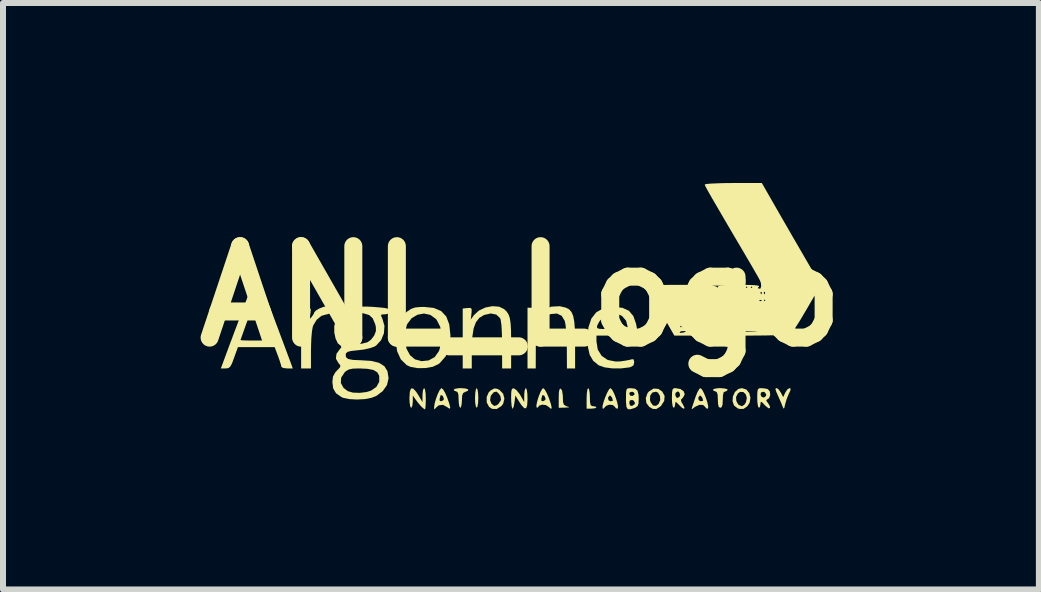
<source format=kicad_pcb>
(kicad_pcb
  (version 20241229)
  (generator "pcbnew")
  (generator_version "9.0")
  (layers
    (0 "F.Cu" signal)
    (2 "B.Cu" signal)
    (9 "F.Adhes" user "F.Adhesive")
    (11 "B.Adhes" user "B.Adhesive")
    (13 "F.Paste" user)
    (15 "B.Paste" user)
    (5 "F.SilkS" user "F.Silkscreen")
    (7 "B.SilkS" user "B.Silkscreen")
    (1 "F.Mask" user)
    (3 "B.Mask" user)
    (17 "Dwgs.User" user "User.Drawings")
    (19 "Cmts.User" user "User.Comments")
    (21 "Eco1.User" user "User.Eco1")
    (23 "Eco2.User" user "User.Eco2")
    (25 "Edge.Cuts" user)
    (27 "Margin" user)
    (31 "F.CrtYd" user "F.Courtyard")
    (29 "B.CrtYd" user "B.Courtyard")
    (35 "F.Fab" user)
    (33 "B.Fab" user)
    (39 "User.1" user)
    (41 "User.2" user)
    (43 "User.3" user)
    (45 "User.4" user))
  (footprint "ANL_Logo"
    (layer "F.Cu")
    (at 5.632 1.887)
    (property "Reference" "ANL_Logo" (at 0 0 0) (layer "F.SilkS") (effects (font (size 1.524 1.524) (thickness 0.3))))
    (attr board_only exclude_from_pos_files exclude_from_bom)
    (fp_poly (pts (xy -0.724 1.556) (xy -0.714 1.621) (xy -0.711 1.695) (xy -0.715 1.783) (xy -0.726 1.842) (xy -0.738 1.859) (xy -0.753 1.834) (xy -0.763 1.769) (xy -0.766 1.695) (xy -0.761 1.608) (xy -0.751 1.549) (xy -0.738 1.531)) (stroke (width 0) (type solid)) (fill yes) (layer "F.SilkS"))
    (fp_poly (pts (xy 0.685 1.572) (xy 0.697 1.65) (xy 0.698 1.683) (xy 0.701 1.765) (xy 0.716 1.808) (xy 0.749 1.83) (xy 0.766 1.835) (xy 0.802 1.847) (xy 0.792 1.853) (xy 0.731 1.856) (xy 0.629 1.859) (xy 0.629 1.693) (xy 0.632 1.596) (xy 0.644 1.547) (xy 0.663 1.538)) (stroke (width 0) (type solid)) (fill yes) (layer "F.SilkS"))
    (fp_poly (pts (xy 1.136 1.556) (xy 1.146 1.62) (xy 1.148 1.681) (xy 1.151 1.768) (xy 1.161 1.814) (xy 1.184 1.83) (xy 1.203 1.832) (xy 1.247 1.84) (xy 1.258 1.852) (xy 1.234 1.867) (xy 1.177 1.873) (xy 1.176 1.873) (xy 1.094 1.873) (xy 1.094 1.702) (xy 1.098 1.612) (xy 1.108 1.55) (xy 1.121 1.531)) (stroke (width 0) (type solid)) (fill yes) (layer "F.SilkS"))
    (fp_poly (pts (xy -0.919 1.538) (xy -0.879 1.554) (xy -0.883 1.575) (xy -0.93 1.594) (xy -0.964 1.613) (xy -0.981 1.658) (xy -0.984 1.734) (xy -0.99 1.808) (xy -1.003 1.853) (xy -1.012 1.859) (xy -1.027 1.835) (xy -1.037 1.772) (xy -1.039 1.722) (xy -1.043 1.637) (xy -1.059 1.595) (xy -1.08 1.586) (xy -1.116 1.571) (xy -1.121 1.558) (xy -1.097 1.542) (xy -1.035 1.532) (xy -0.998 1.531)) (stroke (width 0) (type solid)) (fill yes) (layer "F.SilkS"))
    (fp_poly (pts (xy 3.395 1.537) (xy 3.439 1.55) (xy 3.445 1.558) (xy 3.423 1.583) (xy 3.404 1.586) (xy 3.378 1.6) (xy 3.366 1.651) (xy 3.363 1.722) (xy 3.359 1.808) (xy 3.343 1.85) (xy 3.322 1.859) (xy 3.296 1.845) (xy 3.284 1.794) (xy 3.281 1.722) (xy 3.277 1.637) (xy 3.261 1.595) (xy 3.24 1.586) (xy 3.204 1.571) (xy 3.199 1.558) (xy 3.223 1.542) (xy 3.285 1.532) (xy 3.322 1.531)) (stroke (width 0) (type solid)) (fill yes) (layer "F.SilkS"))
    (fp_poly (pts (xy 4.495 1.541) (xy 4.487 1.578) (xy 4.466 1.62) (xy 4.428 1.712) (xy 4.401 1.805) (xy 4.388 1.863) (xy 4.376 1.872) (xy 4.363 1.846) (xy 4.34 1.787) (xy 4.305 1.706) (xy 4.291 1.674) (xy 4.255 1.594) (xy 4.241 1.551) (xy 4.246 1.534) (xy 4.264 1.531) (xy 4.294 1.553) (xy 4.33 1.605) (xy 4.33 1.606) (xy 4.37 1.681) (xy 4.404 1.606) (xy 4.439 1.553) (xy 4.475 1.531)) (stroke (width 0) (type solid)) (fill yes) (layer "F.SilkS"))
    (fp_poly (pts (xy -1.599 1.556) (xy -1.589 1.623) (xy -1.586 1.709) (xy -1.588 1.799) (xy -1.593 1.863) (xy -1.599 1.887) (xy -1.627 1.869) (xy -1.661 1.838) (xy -1.713 1.778) (xy -1.755 1.722) (xy -1.802 1.654) (xy -1.803 1.757) (xy -1.81 1.823) (xy -1.827 1.858) (xy -1.832 1.859) (xy -1.846 1.834) (xy -1.856 1.769) (xy -1.859 1.695) (xy -1.852 1.59) (xy -1.832 1.537) (xy -1.797 1.538) (xy -1.748 1.59) (xy -1.711 1.647) (xy -1.641 1.764) (xy -1.641 1.647) (xy -1.635 1.576) (xy -1.62 1.535) (xy -1.613 1.531)) (stroke (width 0) (type solid)) (fill yes) (layer "F.SilkS"))
    (fp_poly (pts (xy 0.096 1.556) (xy 0.106 1.623) (xy 0.109 1.708) (xy 0.104 1.813) (xy 0.086 1.866) (xy 0.055 1.865) (xy 0.007 1.814) (xy -0.032 1.754) (xy -0.094 1.654) (xy -0.109 1.773) (xy -0.121 1.84) (xy -0.137 1.872) (xy -0.144 1.871) (xy -0.155 1.834) (xy -0.162 1.761) (xy -0.164 1.689) (xy -0.162 1.598) (xy -0.153 1.551) (xy -0.134 1.535) (xy -0.117 1.536) (xy -0.076 1.564) (xy -0.027 1.624) (xy -0.008 1.654) (xy 0.054 1.764) (xy 0.054 1.647) (xy 0.06 1.576) (xy 0.075 1.535) (xy 0.082 1.531)) (stroke (width 0) (type solid)) (fill yes) (layer "F.SilkS"))
    (fp_poly (pts (xy 2.29 1.544) (xy 2.354 1.588) (xy 2.394 1.662) (xy 2.386 1.746) (xy 2.334 1.826) (xy 2.32 1.839) (xy 2.255 1.88) (xy 2.196 1.877) (xy 2.139 1.844) (xy 2.09 1.78) (xy 2.084 1.73) (xy 2.15 1.73) (xy 2.159 1.762) (xy 2.199 1.82) (xy 2.251 1.827) (xy 2.295 1.793) (xy 2.321 1.73) (xy 2.316 1.662) (xy 2.285 1.608) (xy 2.251 1.591) (xy 2.19 1.604) (xy 2.154 1.655) (xy 2.15 1.73) (xy 2.084 1.73) (xy 2.08 1.697) (xy 2.109 1.615) (xy 2.133 1.586) (xy 2.21 1.538)) (stroke (width 0) (type solid)) (fill yes) (layer "F.SilkS"))
    (fp_poly (pts (xy -0.399 1.541) (xy -0.359 1.561) (xy -0.298 1.623) (xy -0.276 1.705) (xy -0.296 1.79) (xy -0.326 1.83) (xy -0.404 1.879) (xy -0.481 1.877) (xy -0.531 1.844) (xy -0.571 1.77) (xy -0.571 1.731) (xy -0.515 1.731) (xy -0.491 1.792) (xy -0.447 1.828) (xy -0.402 1.816) (xy -0.371 1.789) (xy -0.332 1.728) (xy -0.343 1.664) (xy -0.368 1.625) (xy -0.407 1.589) (xy -0.451 1.599) (xy -0.456 1.602) (xy -0.503 1.658) (xy -0.515 1.731) (xy -0.571 1.731) (xy -0.572 1.681) (xy -0.538 1.602) (xy -0.503 1.568) (xy -0.446 1.537)) (stroke (width 0) (type solid)) (fill yes) (layer "F.SilkS"))
    (fp_poly (pts (xy 3.755 1.554) (xy 3.804 1.613) (xy 3.824 1.691) (xy 3.811 1.773) (xy 3.773 1.832) (xy 3.71 1.877) (xy 3.643 1.878) (xy 3.609 1.867) (xy 3.55 1.82) (xy 3.526 1.749) (xy 3.531 1.679) (xy 3.584 1.679) (xy 3.589 1.748) (xy 3.622 1.806) (xy 3.678 1.832) (xy 3.683 1.832) (xy 3.721 1.81) (xy 3.749 1.767) (xy 3.764 1.694) (xy 3.745 1.633) (xy 3.705 1.596) (xy 3.652 1.594) (xy 3.615 1.619) (xy 3.584 1.679) (xy 3.531 1.679) (xy 3.532 1.669) (xy 3.565 1.596) (xy 3.622 1.545) (xy 3.682 1.531)) (stroke (width 0) (type solid)) (fill yes) (layer "F.SilkS"))
    (fp_poly (pts (xy -3.184 0.179) (xy -3.172 0.232) (xy -3.183 0.285) (xy -3.227 0.301) (xy -3.236 0.301) (xy -3.324 0.326) (xy -3.404 0.391) (xy -3.461 0.484) (xy -3.471 0.514) (xy -3.483 0.584) (xy -3.493 0.692) (xy -3.498 0.821) (xy -3.5 0.909) (xy -3.5 1.203) (xy -3.664 1.203) (xy -3.664 0.191) (xy -3.579 0.191) (xy -3.524 0.195) (xy -3.503 0.215) (xy -3.507 0.268) (xy -3.511 0.294) (xy -3.52 0.358) (xy -3.516 0.375) (xy -3.494 0.352) (xy -3.487 0.343) (xy -3.454 0.295) (xy -3.445 0.269) (xy -3.422 0.241) (xy -3.366 0.207) (xy -3.297 0.179) (xy -3.236 0.164) (xy -3.228 0.164)) (stroke (width 0) (type solid)) (fill yes) (layer "F.SilkS"))
    (fp_poly (pts (xy 1.517 1.555) (xy 1.549 1.614) (xy 1.58 1.692) (xy 1.605 1.773) (xy 1.618 1.839) (xy 1.612 1.874) (xy 1.611 1.874) (xy 1.581 1.867) (xy 1.569 1.847) (xy 1.531 1.813) (xy 1.472 1.807) (xy 1.418 1.827) (xy 1.401 1.846) (xy 1.374 1.874) (xy 1.361 1.872) (xy 1.358 1.836) (xy 1.374 1.77) (xy 1.4 1.693) (xy 1.45 1.693) (xy 1.459 1.733) (xy 1.49 1.75) (xy 1.527 1.744) (xy 1.531 1.738) (xy 1.519 1.692) (xy 1.493 1.659) (xy 1.474 1.656) (xy 1.45 1.693) (xy 1.4 1.693) (xy 1.402 1.689) (xy 1.435 1.611) (xy 1.467 1.553) (xy 1.49 1.531)) (stroke (width 0) (type solid)) (fill yes) (layer "F.SilkS"))
    (fp_poly (pts (xy -1.296 1.555) (xy -1.261 1.616) (xy -1.232 1.683) (xy -1.194 1.791) (xy -1.179 1.854) (xy -1.186 1.875) (xy -1.216 1.858) (xy -1.226 1.85) (xy -1.3 1.809) (xy -1.371 1.818) (xy -1.411 1.852) (xy -1.439 1.884) (xy -1.448 1.871) (xy -1.448 1.856) (xy -1.44 1.792) (xy -1.417 1.71) (xy -1.416 1.707) (xy -1.356 1.707) (xy -1.354 1.743) (xy -1.329 1.75) (xy -1.291 1.73) (xy -1.285 1.71) (xy -1.302 1.664) (xy -1.312 1.654) (xy -1.338 1.647) (xy -1.34 1.65) (xy -1.348 1.684) (xy -1.356 1.707) (xy -1.416 1.707) (xy -1.387 1.629) (xy -1.355 1.564) (xy -1.328 1.532) (xy -1.324 1.531)) (stroke (width 0) (type solid)) (fill yes) (layer "F.SilkS"))
    (fp_poly (pts (xy 0.396 1.555) (xy 0.431 1.617) (xy 0.465 1.696) (xy 0.5 1.8) (xy 0.512 1.862) (xy 0.501 1.878) (xy 0.466 1.847) (xy 0.465 1.846) (xy 0.415 1.814) (xy 0.354 1.806) (xy 0.305 1.822) (xy 0.293 1.839) (xy 0.271 1.859) (xy 0.261 1.855) (xy 0.257 1.819) (xy 0.27 1.753) (xy 0.284 1.707) (xy 0.339 1.707) (xy 0.341 1.743) (xy 0.366 1.75) (xy 0.404 1.73) (xy 0.41 1.71) (xy 0.393 1.664) (xy 0.383 1.654) (xy 0.357 1.647) (xy 0.355 1.65) (xy 0.347 1.684) (xy 0.339 1.707) (xy 0.284 1.707) (xy 0.294 1.674) (xy 0.324 1.598) (xy 0.353 1.546) (xy 0.371 1.531)) (stroke (width 0) (type solid)) (fill yes) (layer "F.SilkS"))
    (fp_poly (pts (xy 3.017 1.554) (xy 3.049 1.614) (xy 3.081 1.692) (xy 3.107 1.772) (xy 3.121 1.838) (xy 3.116 1.873) (xy 3.115 1.874) (xy 3.085 1.867) (xy 3.073 1.847) (xy 3.034 1.811) (xy 2.971 1.81) (xy 2.902 1.842) (xy 2.889 1.852) (xy 2.851 1.881) (xy 2.845 1.871) (xy 2.849 1.859) (xy 2.865 1.811) (xy 2.891 1.732) (xy 2.904 1.693) (xy 2.954 1.693) (xy 2.963 1.733) (xy 2.994 1.75) (xy 3.03 1.744) (xy 3.035 1.738) (xy 3.023 1.692) (xy 2.996 1.659) (xy 2.977 1.656) (xy 2.954 1.693) (xy 2.904 1.693) (xy 2.91 1.675) (xy 2.942 1.596) (xy 2.973 1.544) (xy 2.991 1.531)) (stroke (width 0) (type solid)) (fill yes) (layer "F.SilkS"))
    (fp_poly (pts (xy 2.657 1.546) (xy 2.712 1.584) (xy 2.729 1.635) (xy 2.7 1.689) (xy 2.692 1.696) (xy 2.666 1.726) (xy 2.673 1.762) (xy 2.695 1.797) (xy 2.725 1.856) (xy 2.719 1.877) (xy 2.683 1.859) (xy 2.64 1.817) (xy 2.595 1.771) (xy 2.575 1.762) (xy 2.57 1.79) (xy 2.57 1.801) (xy 2.559 1.847) (xy 2.543 1.859) (xy 2.528 1.834) (xy 2.518 1.769) (xy 2.515 1.695) (xy 2.517 1.64) (xy 2.57 1.64) (xy 2.587 1.685) (xy 2.611 1.695) (xy 2.644 1.672) (xy 2.652 1.64) (xy 2.635 1.596) (xy 2.611 1.586) (xy 2.578 1.609) (xy 2.57 1.64) (xy 2.517 1.64) (xy 2.517 1.604) (xy 2.526 1.554) (xy 2.546 1.534) (xy 2.572 1.531)) (stroke (width 0) (type solid)) (fill yes) (layer "F.SilkS"))
    (fp_poly (pts (xy 0.749 0.19) (xy 0.803 0.219) (xy 0.843 0.264) (xy 0.871 0.331) (xy 0.889 0.429) (xy 0.899 0.566) (xy 0.902 0.748) (xy 0.902 0.792) (xy 0.902 1.203) (xy 0.766 1.203) (xy 0.764 0.854) (xy 0.761 0.708) (xy 0.753 0.577) (xy 0.742 0.473) (xy 0.73 0.412) (xy 0.678 0.326) (xy 0.599 0.288) (xy 0.495 0.297) (xy 0.453 0.312) (xy 0.374 0.359) (xy 0.316 0.431) (xy 0.278 0.533) (xy 0.255 0.673) (xy 0.247 0.858) (xy 0.247 0.895) (xy 0.246 1.203) (xy 0.109 1.203) (xy 0.109 0.191) (xy 0.181 0.191) (xy 0.227 0.196) (xy 0.244 0.219) (xy 0.24 0.278) (xy 0.237 0.294) (xy 0.221 0.396) (xy 0.277 0.32) (xy 0.379 0.226) (xy 0.507 0.173) (xy 0.647 0.166)) (stroke (width 0) (type solid)) (fill yes) (layer "F.SilkS"))
    (fp_poly (pts (xy 4.074 1.538) (xy 4.113 1.548) (xy 4.146 1.585) (xy 4.154 1.643) (xy 4.136 1.696) (xy 4.114 1.713) (xy 4.087 1.73) (xy 4.099 1.758) (xy 4.116 1.779) (xy 4.147 1.83) (xy 4.15 1.862) (xy 4.127 1.868) (xy 4.08 1.831) (xy 4.065 1.816) (xy 4.018 1.767) (xy 3.997 1.757) (xy 3.992 1.782) (xy 3.992 1.798) (xy 3.981 1.846) (xy 3.964 1.859) (xy 3.95 1.834) (xy 3.94 1.769) (xy 3.937 1.695) (xy 3.938 1.642) (xy 3.992 1.642) (xy 4.011 1.677) (xy 4.05 1.689) (xy 4.082 1.662) (xy 4.088 1.639) (xy 4.065 1.602) (xy 4.04 1.591) (xy 4.001 1.603) (xy 3.992 1.642) (xy 3.938 1.642) (xy 3.939 1.604) (xy 3.947 1.555) (xy 3.966 1.535) (xy 4.003 1.531) (xy 4.003 1.531)) (stroke (width 0) (type solid)) (fill yes) (layer "F.SilkS"))
    (fp_poly (pts (xy -0.364 0.174) (xy -0.283 0.213) (xy -0.24 0.253) (xy -0.208 0.301) (xy -0.186 0.363) (xy -0.173 0.451) (xy -0.166 0.572) (xy -0.164 0.736) (xy -0.164 0.791) (xy -0.164 1.203) (xy -0.239 1.203) (xy -0.314 1.203) (xy -0.315 0.813) (xy -0.318 0.624) (xy -0.325 0.484) (xy -0.338 0.394) (xy -0.348 0.365) (xy -0.411 0.306) (xy -0.502 0.287) (xy -0.61 0.311) (xy -0.616 0.313) (xy -0.694 0.36) (xy -0.751 0.433) (xy -0.789 0.536) (xy -0.811 0.679) (xy -0.819 0.867) (xy -0.82 0.895) (xy -0.82 1.203) (xy -0.971 1.203) (xy -0.971 0.205) (xy -0.892 0.196) (xy -0.841 0.194) (xy -0.822 0.213) (xy -0.823 0.269) (xy -0.825 0.288) (xy -0.837 0.388) (xy -0.783 0.314) (xy -0.701 0.238) (xy -0.593 0.188) (xy -0.475 0.165)) (stroke (width 0) (type solid)) (fill yes) (layer "F.SilkS"))
    (fp_poly (pts (xy 1.9 1.54) (xy 1.942 1.573) (xy 1.959 1.641) (xy 1.962 1.704) (xy 1.959 1.786) (xy 1.944 1.83) (xy 1.909 1.855) (xy 1.896 1.861) (xy 1.822 1.884) (xy 1.779 1.881) (xy 1.757 1.842) (xy 1.752 1.777) (xy 1.805 1.777) (xy 1.818 1.822) (xy 1.852 1.827) (xy 1.893 1.8) (xy 1.9 1.777) (xy 1.877 1.739) (xy 1.852 1.728) (xy 1.814 1.737) (xy 1.805 1.777) (xy 1.752 1.777) (xy 1.75 1.759) (xy 1.75 1.709) (xy 1.751 1.627) (xy 1.805 1.627) (xy 1.824 1.658) (xy 1.862 1.661) (xy 1.892 1.636) (xy 1.895 1.627) (xy 1.877 1.6) (xy 1.852 1.591) (xy 1.812 1.602) (xy 1.805 1.627) (xy 1.751 1.627) (xy 1.751 1.613) (xy 1.757 1.56) (xy 1.775 1.537) (xy 1.808 1.532) (xy 1.825 1.532)) (stroke (width 0) (type solid)) (fill yes) (layer "F.SilkS"))
    (fp_poly (pts (xy -1.451 0.195) (xy -1.33 0.247) (xy -1.245 0.338) (xy -1.195 0.469) (xy -1.176 0.644) (xy -1.176 0.67) (xy -1.195 0.853) (xy -1.253 0.999) (xy -1.352 1.113) (xy -1.375 1.131) (xy -1.469 1.175) (xy -1.592 1.197) (xy -1.723 1.198) (xy -1.841 1.177) (xy -1.904 1.148) (xy -2.002 1.052) (xy -2.064 0.917) (xy -2.087 0.749) (xy -1.936 0.749) (xy -1.906 0.877) (xy -1.848 0.983) (xy -1.768 1.051) (xy -1.655 1.082) (xy -1.538 1.069) (xy -1.439 1.015) (xy -1.435 1.011) (xy -1.366 0.912) (xy -1.328 0.784) (xy -1.321 0.645) (xy -1.346 0.51) (xy -1.403 0.397) (xy -1.418 0.378) (xy -1.51 0.311) (xy -1.617 0.288) (xy -1.725 0.308) (xy -1.822 0.366) (xy -1.894 0.461) (xy -1.902 0.48) (xy -1.936 0.612) (xy -1.936 0.749) (xy -2.087 0.749) (xy -2.088 0.741) (xy -2.089 0.711) (xy -2.072 0.533) (xy -2.018 0.391) (xy -1.922 0.276) (xy -1.892 0.251) (xy -1.829 0.21) (xy -1.766 0.188) (xy -1.681 0.179) (xy -1.61 0.178)) (stroke (width 0) (type solid)) (fill yes) (layer "F.SilkS"))
    (fp_poly (pts (xy 1.691 0.193) (xy 1.799 0.242) (xy 1.873 0.33) (xy 1.919 0.462) (xy 1.932 0.537) (xy 1.949 0.656) (xy 1.258 0.656) (xy 1.258 0.753) (xy 1.28 0.89) (xy 1.345 0.994) (xy 1.446 1.062) (xy 1.579 1.088) (xy 1.652 1.086) (xy 1.743 1.073) (xy 1.816 1.059) (xy 1.839 1.052) (xy 1.875 1.049) (xy 1.886 1.087) (xy 1.887 1.101) (xy 1.875 1.152) (xy 1.829 1.179) (xy 1.801 1.186) (xy 1.663 1.203) (xy 1.521 1.202) (xy 1.394 1.185) (xy 1.3 1.153) (xy 1.293 1.149) (xy 1.203 1.075) (xy 1.145 0.976) (xy 1.115 0.843) (xy 1.108 0.711) (xy 1.124 0.52) (xy 1.126 0.514) (xy 1.266 0.514) (xy 1.273 0.532) (xy 1.305 0.542) (xy 1.369 0.546) (xy 1.475 0.547) (xy 1.516 0.547) (xy 1.641 0.545) (xy 1.72 0.54) (xy 1.762 0.529) (xy 1.777 0.511) (xy 1.777 0.507) (xy 1.752 0.408) (xy 1.685 0.33) (xy 1.588 0.283) (xy 1.517 0.273) (xy 1.447 0.295) (xy 1.371 0.349) (xy 1.306 0.42) (xy 1.272 0.485) (xy 1.266 0.514) (xy 1.126 0.514) (xy 1.173 0.372) (xy 1.255 0.267) (xy 1.372 0.202) (xy 1.524 0.178) (xy 1.545 0.178)) (stroke (width 0) (type solid)) (fill yes) (layer "F.SilkS"))
    (fp_poly (pts (xy -4.334 -0.174) (xy -4.307 -0.144) (xy -4.291 -0.102) (xy -4.259 -0.019) (xy -4.216 0.097) (xy -4.163 0.237) (xy -4.105 0.392) (xy -4.045 0.551) (xy -3.987 0.707) (xy -3.933 0.85) (xy -3.888 0.971) (xy -3.855 1.06) (xy -3.84 1.1) (xy -3.803 1.203) (xy -3.897 1.203) (xy -3.96 1.196) (xy -3.991 1.18) (xy -3.992 1.177) (xy -4.001 1.138) (xy -4.024 1.067) (xy -4.048 0.999) (xy -4.105 0.848) (xy -4.717 0.848) (xy -4.781 1.025) (xy -4.816 1.12) (xy -4.845 1.173) (xy -4.875 1.197) (xy -4.917 1.203) (xy -4.923 1.203) (xy -5.002 1.203) (xy -4.923 0.991) (xy -4.885 0.887) (xy -4.836 0.755) (xy -4.826 0.731) (xy -4.675 0.731) (xy -4.65 0.734) (xy -4.582 0.737) (xy -4.483 0.738) (xy -4.416 0.738) (xy -4.304 0.737) (xy -4.216 0.732) (xy -4.165 0.726) (xy -4.156 0.722) (xy -4.165 0.691) (xy -4.189 0.62) (xy -4.225 0.516) (xy -4.269 0.391) (xy -4.283 0.351) (xy -4.411 -0.003) (xy -4.542 0.361) (xy -4.59 0.492) (xy -4.629 0.603) (xy -4.658 0.684) (xy -4.673 0.727) (xy -4.675 0.731) (xy -4.826 0.731) (xy -4.78 0.606) (xy -4.72 0.448) (xy -4.662 0.292) (xy -4.607 0.145) (xy -4.559 0.019) (xy -4.522 -0.077) (xy -4.5 -0.135) (xy -4.497 -0.144) (xy -4.455 -0.182) (xy -4.402 -0.191)) (stroke (width 0) (type solid)) (fill yes) (layer "F.SilkS"))
    (fp_poly (pts (xy -2.472 0.177) (xy -2.344 0.187) (xy -2.261 0.197) (xy -2.213 0.209) (xy -2.192 0.226) (xy -2.187 0.249) (xy -2.202 0.287) (xy -2.254 0.3) (xy -2.268 0.301) (xy -2.322 0.304) (xy -2.333 0.323) (xy -2.309 0.375) (xy -2.309 0.376) (xy -2.275 0.494) (xy -2.284 0.618) (xy -2.331 0.732) (xy -2.412 0.82) (xy -2.444 0.84) (xy -2.516 0.865) (xy -2.618 0.888) (xy -2.72 0.9) (xy -2.824 0.911) (xy -2.884 0.925) (xy -2.913 0.947) (xy -2.921 0.967) (xy -2.917 1.014) (xy -2.88 1.045) (xy -2.802 1.061) (xy -2.679 1.066) (xy -2.499 1.077) (xy -2.366 1.109) (xy -2.276 1.166) (xy -2.225 1.249) (xy -2.207 1.363) (xy -2.207 1.37) (xy -2.233 1.48) (xy -2.303 1.58) (xy -2.407 1.659) (xy -2.486 1.691) (xy -2.602 1.714) (xy -2.733 1.721) (xy -2.86 1.714) (xy -2.963 1.693) (xy -2.991 1.681) (xy -3.083 1.616) (xy -3.13 1.535) (xy -3.141 1.446) (xy -3.002 1.446) (xy -2.956 1.528) (xy -2.884 1.582) (xy -2.8 1.606) (xy -2.689 1.61) (xy -2.573 1.596) (xy -2.501 1.574) (xy -2.41 1.512) (xy -2.362 1.425) (xy -2.362 1.327) (xy -2.394 1.268) (xy -2.458 1.229) (xy -2.561 1.209) (xy -2.696 1.203) (xy -2.799 1.206) (xy -2.865 1.219) (xy -2.914 1.246) (xy -2.94 1.27) (xy -2.997 1.357) (xy -3.002 1.446) (xy -3.141 1.446) (xy -3.143 1.43) (xy -3.133 1.338) (xy -3.094 1.268) (xy -3.068 1.24) (xy -3.02 1.19) (xy -3.008 1.159) (xy -3.028 1.128) (xy -3.04 1.116) (xy -3.084 1.04) (xy -3.075 0.96) (xy -3.03 0.897) (xy -2.993 0.849) (xy -3.003 0.826) (xy -3.053 0.784) (xy -3.09 0.704) (xy -3.111 0.605) (xy -3.111 0.566) (xy -2.968 0.566) (xy -2.939 0.667) (xy -2.872 0.742) (xy -2.776 0.786) (xy -2.658 0.792) (xy -2.559 0.767) (xy -2.5 0.725) (xy -2.448 0.658) (xy -2.445 0.653) (xy -2.417 0.579) (xy -2.419 0.509) (xy -2.43 0.464) (xy -2.471 0.368) (xy -2.53 0.313) (xy -2.624 0.285) (xy -2.647 0.282) (xy -2.771 0.287) (xy -2.872 0.334) (xy -2.94 0.419) (xy -2.952 0.448) (xy -2.968 0.566) (xy -3.111 0.566) (xy -3.112 0.502) (xy -3.091 0.412) (xy -3.086 0.401) (xy -3.024 0.304) (xy -2.949 0.235) (xy -2.851 0.193) (xy -2.723 0.173) (xy -2.554 0.173)) (stroke (width 0) (type solid)) (fill yes) (layer "F.SilkS"))
    (fp_poly (pts (xy 4.308 -1.374) (xy 4.411 -1.195) (xy 4.52 -1.006) (xy 4.627 -0.822) (xy 4.723 -0.656) (xy 4.799 -0.525) (xy 4.996 -0.189) (xy 4.75 0.235) (xy 4.65 0.403) (xy 4.574 0.523) (xy 4.52 0.597) (xy 4.489 0.626) (xy 4.48 0.624) (xy 4.461 0.603) (xy 4.457 0.622) (xy 4.446 0.632) (xy 4.408 0.639) (xy 4.341 0.645) (xy 4.239 0.65) (xy 4.099 0.653) (xy 3.915 0.655) (xy 3.684 0.656) (xy 3.507 0.656) (xy 2.556 0.656) (xy 2.53 0.611) (xy 2.647 0.611) (xy 2.696 0.607) (xy 2.698 0.606) (xy 2.744 0.594) (xy 2.739 0.585) (xy 3.115 0.585) (xy 3.15 0.587) (xy 3.231 0.588) (xy 3.354 0.589) (xy 3.516 0.59) (xy 3.527 0.59) (xy 3.691 0.589) (xy 3.816 0.589) (xy 3.9 0.587) (xy 3.938 0.585) (xy 3.929 0.583) (xy 3.868 0.581) (xy 3.862 0.581) (xy 3.686 0.578) (xy 3.485 0.578) (xy 3.291 0.579) (xy 3.192 0.581) (xy 3.128 0.583) (xy 3.115 0.585) (xy 2.739 0.585) (xy 2.738 0.583) (xy 2.724 0.58) (xy 2.669 0.583) (xy 2.647 0.596) (xy 2.647 0.611) (xy 2.53 0.611) (xy 2.47 0.506) (xy 2.652 0.506) (xy 2.666 0.519) (xy 2.679 0.506) (xy 2.666 0.492) (xy 2.652 0.506) (xy 2.47 0.506) (xy 2.451 0.473) (xy 2.789 0.473) (xy 2.794 0.512) (xy 2.81 0.501) (xy 2.81 0.501) (xy 4.242 0.501) (xy 4.249 0.515) (xy 4.289 0.545) (xy 4.329 0.526) (xy 4.334 0.519) (xy 4.366 0.503) (xy 4.376 0.507) (xy 4.39 0.501) (xy 4.385 0.481) (xy 4.368 0.453) (xy 4.34 0.469) (xy 4.329 0.479) (xy 4.284 0.505) (xy 4.259 0.502) (xy 4.242 0.501) (xy 2.81 0.501) (xy 2.816 0.492) (xy 2.84 0.437) (xy 2.842 0.424) (xy 4.183 0.424) (xy 4.197 0.437) (xy 4.211 0.424) (xy 4.197 0.41) (xy 4.183 0.424) (xy 2.842 0.424) (xy 2.843 0.415) (xy 2.831 0.396) (xy 4.293 0.396) (xy 4.306 0.41) (xy 4.32 0.396) (xy 4.306 0.383) (xy 4.293 0.396) (xy 2.831 0.396) (xy 2.828 0.393) (xy 2.816 0.396) (xy 2.794 0.435) (xy 2.789 0.473) (xy 2.451 0.473) (xy 2.39 0.369) (xy 4.238 0.369) (xy 4.252 0.383) (xy 4.265 0.369) (xy 4.252 0.355) (xy 4.238 0.369) (xy 2.39 0.369) (xy 2.37 0.333) (xy 2.761 0.333) (xy 2.777 0.338) (xy 2.79 0.328) (xy 4.183 0.328) (xy 4.193 0.351) (xy 4.201 0.346) (xy 4.205 0.314) (xy 4.265 0.314) (xy 4.279 0.328) (xy 4.293 0.314) (xy 4.279 0.301) (xy 4.265 0.314) (xy 4.205 0.314) (xy 4.205 0.314) (xy 4.201 0.31) (xy 4.185 0.314) (xy 4.183 0.328) (xy 2.79 0.328) (xy 2.802 0.318) (xy 2.836 0.277) (xy 2.843 0.26) (xy 4.238 0.26) (xy 4.252 0.273) (xy 4.265 0.26) (xy 4.252 0.246) (xy 4.238 0.26) (xy 2.843 0.26) (xy 2.843 0.258) (xy 2.827 0.257) (xy 2.802 0.273) (xy 2.768 0.314) (xy 2.761 0.333) (xy 2.37 0.333) (xy 2.324 0.254) (xy 2.296 0.205) (xy 4.211 0.205) (xy 4.224 0.219) (xy 4.238 0.205) (xy 4.224 0.191) (xy 4.211 0.205) (xy 2.296 0.205) (xy 2.247 0.12) (xy 2.214 0.064) (xy 3.974 0.064) (xy 3.977 0.08) (xy 3.992 0.082) (xy 4.014 0.072) (xy 4.012 0.068) (xy 4.047 0.068) (xy 4.06 0.082) (xy 4.074 0.068) (xy 4.06 0.055) (xy 4.047 0.068) (xy 4.012 0.068) (xy 4.01 0.064) (xy 3.978 0.061) (xy 3.974 0.064) (xy 2.214 0.064) (xy 2.193 0.027) (xy 4.101 0.027) (xy 4.111 0.05) (xy 4.119 0.046) (xy 4.123 0.013) (xy 4.119 0.009) (xy 4.103 0.013) (xy 4.101 0.027) (xy 2.193 0.027) (xy 2.179 0.003) (xy 2.147 -0.055) (xy 3.992 -0.055) (xy 4.002 -0.032) (xy 4.01 -0.036) (xy 4.012 -0.055) (xy 4.047 -0.055) (xy 4.057 -0.032) (xy 4.065 -0.036) (xy 4.068 -0.069) (xy 4.065 -0.073) (xy 4.048 -0.069) (xy 4.047 -0.055) (xy 4.012 -0.055) (xy 4.013 -0.069) (xy 4.01 -0.073) (xy 3.994 -0.069) (xy 3.992 -0.055) (xy 2.147 -0.055) (xy 2.126 -0.091) (xy 2.092 -0.151) (xy 2.082 -0.17) (xy 2.106 -0.176) (xy 2.176 -0.182) (xy 2.285 -0.186) (xy 2.426 -0.189) (xy 2.591 -0.19) (xy 2.662 -0.19) (xy 2.874 -0.189) (xy 3.036 -0.185) (xy 3.151 -0.179) (xy 3.224 -0.171) (xy 3.259 -0.16) (xy 3.263 -0.156) (xy 3.276 -0.139) (xy 3.278 -0.15) (xy 3.746 -0.15) (xy 3.759 -0.137) (xy 3.773 -0.15) (xy 3.828 -0.15) (xy 3.841 -0.137) (xy 3.855 -0.15) (xy 3.841 -0.164) (xy 3.828 -0.15) (xy 3.773 -0.15) (xy 3.759 -0.164) (xy 3.746 -0.15) (xy 3.278 -0.15) (xy 3.279 -0.157) (xy 3.295 -0.172) (xy 3.344 -0.182) (xy 3.434 -0.188) (xy 3.57 -0.191) (xy 3.643 -0.191) (xy 3.783 -0.189) (xy 3.888 -0.185) (xy 3.953 -0.177) (xy 3.97 -0.168) (xy 3.968 -0.167) (xy 3.949 -0.139) (xy 3.959 -0.127) (xy 3.989 -0.127) (xy 4.003 -0.164) (xy 3.998 -0.222) (xy 3.98 -0.268) (xy 3.954 -0.317) (xy 3.905 -0.402) (xy 3.84 -0.515) (xy 3.764 -0.644) (xy 3.721 -0.718) (xy 3.567 -0.979) (xy 3.439 -1.197) (xy 3.335 -1.375) (xy 3.251 -1.519) (xy 3.186 -1.631) (xy 3.137 -1.716) (xy 3.103 -1.777) (xy 3.081 -1.818) (xy 3.068 -1.844) (xy 3.063 -1.859) (xy 3.062 -1.862) (xy 3.088 -1.87) (xy 3.16 -1.877) (xy 3.269 -1.882) (xy 3.406 -1.886) (xy 3.538 -1.887) (xy 4.014 -1.887)) (stroke (width 0) (type solid)) (fill yes) (layer "F.SilkS")))
  (gr_rect
    (start -3 -3)
    (end 14.263 6.773)
    (stroke (width 0.1) (type default))
    (fill no)
    (layer "Edge.Cuts")))
</source>
